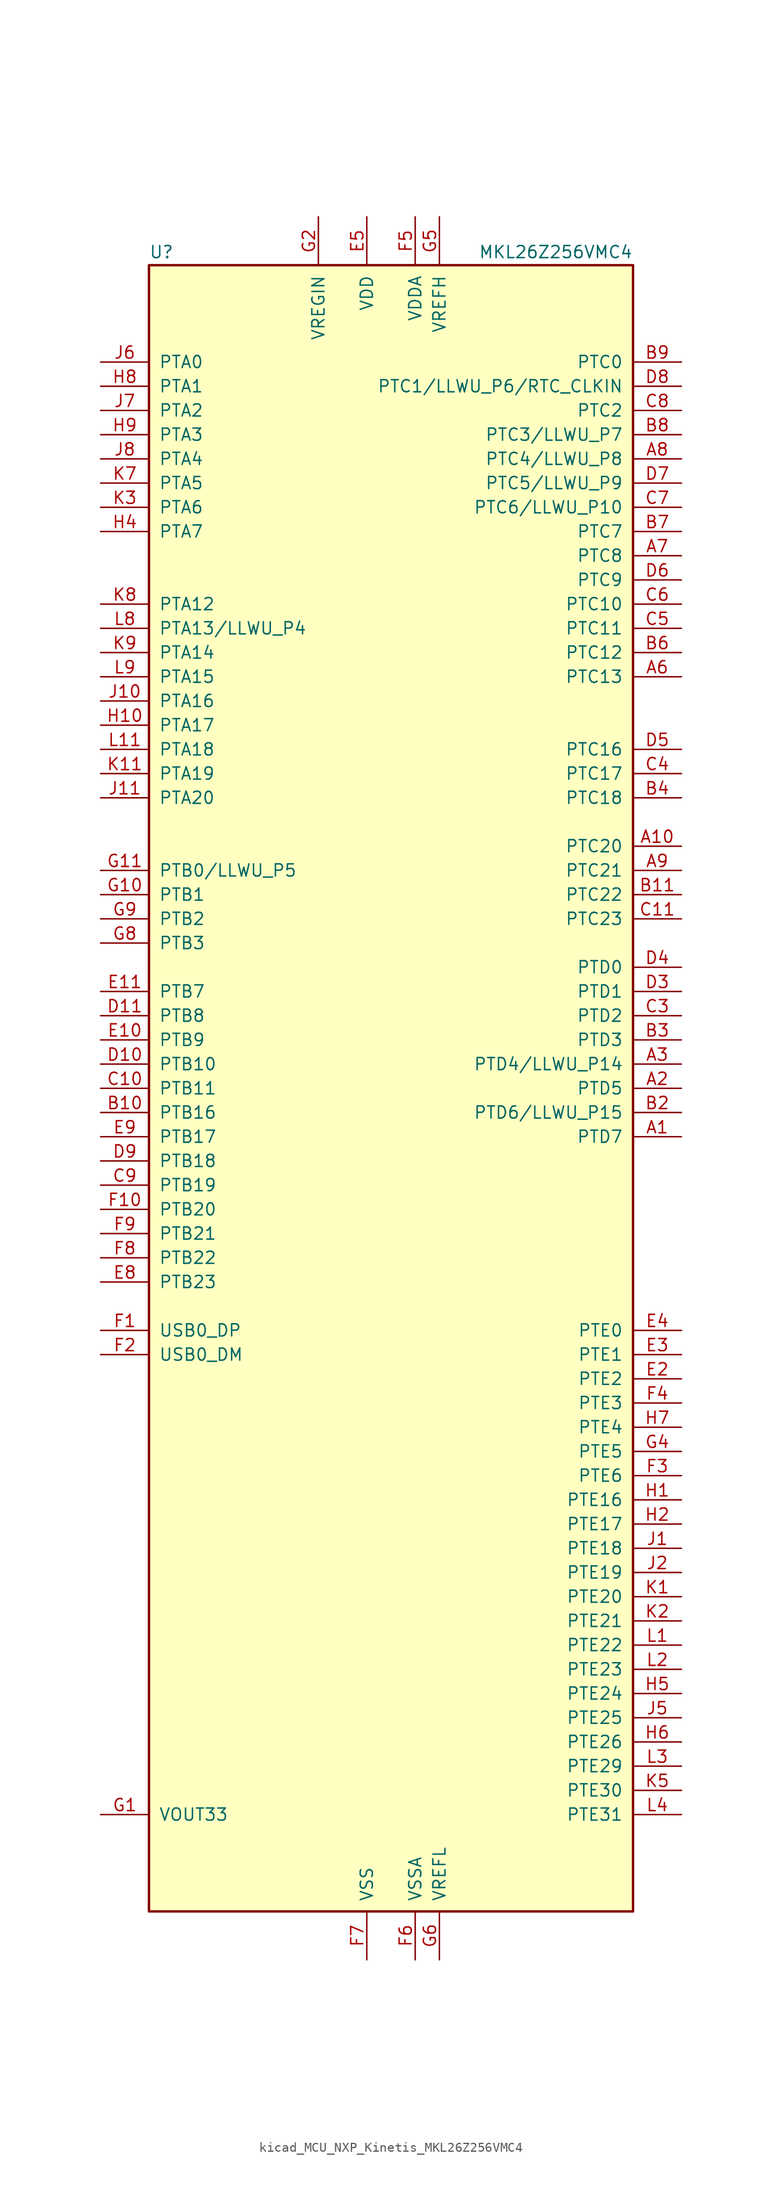
<source format=kicad_sym>
(kicad_symbol_lib
  (version 20220914)
  (generator kicad_symbol_editor)
  (symbol "kicad_MCU_NXP_Kinetis_MKL26Z256VMC4"
    (pin_names
      (offset 1.016))
    (property "Reference" "U"
      (at -25.4 86.995 0)
      (effects (font (size 1.27 1.27)) (justify left bottom)))
    (property "Value" "MKL26Z256VMC4"
      (at 25.4 86.995 0)
      (effects (font (size 1.27 1.27)) (justify right bottom)))
    (symbol "kicad_MCU_NXP_Kinetis_MKL26Z256VMC4_0_1"
      (rectangle (start -25.4 86.36) (end 25.4 -86.36) (stroke (width 0.254) (type default)) (fill (type background))))
    (symbol "kicad_MCU_NXP_Kinetis_MKL26Z256VMC4_1_1"
      (pin bidirectional line (at 30.48 -5.08 180) (length 5.08) (name "PTD7" (effects (font (size 1.27 1.27)))) (number "A1" (effects (font (size 1.27 1.27)))))
      (pin bidirectional line (at 30.48 25.4 180) (length 5.08) (name "PTC20" (effects (font (size 1.27 1.27)))) (number "A10" (effects (font (size 1.27 1.27)))))
      (pin no_connect line (at -15.24 -86.36 90) (length 5.08) hide (name "NC" (effects (font (size 1.27 1.27)))) (number "A11" (effects (font (size 1.27 1.27)))))
      (pin bidirectional line (at 30.48 0 180) (length 5.08) (name "PTD5" (effects (font (size 1.27 1.27)))) (number "A2" (effects (font (size 1.27 1.27)))))
      (pin bidirectional line (at 30.48 2.54 180) (length 5.08) (name "PTD4/LLWU_P14" (effects (font (size 1.27 1.27)))) (number "A3" (effects (font (size 1.27 1.27)))))
      (pin no_connect line (at 25.4 27.94 180) (length 5.08) hide (name "NC" (effects (font (size 1.27 1.27)))) (number "A4" (effects (font (size 1.27 1.27)))))
      (pin no_connect line (at 25.4 40.64 180) (length 5.08) hide (name "NC" (effects (font (size 1.27 1.27)))) (number "A5" (effects (font (size 1.27 1.27)))))
      (pin bidirectional line (at 30.48 43.18 180) (length 5.08) (name "PTC13" (effects (font (size 1.27 1.27)))) (number "A6" (effects (font (size 1.27 1.27)))))
      (pin bidirectional line (at 30.48 55.88 180) (length 5.08) (name "PTC8" (effects (font (size 1.27 1.27)))) (number "A7" (effects (font (size 1.27 1.27)))))
      (pin bidirectional line (at 30.48 66.04 180) (length 5.08) (name "PTC4/LLWU_P8" (effects (font (size 1.27 1.27)))) (number "A8" (effects (font (size 1.27 1.27)))))
      (pin bidirectional line (at 30.48 22.86 180) (length 5.08) (name "PTC21" (effects (font (size 1.27 1.27)))) (number "A9" (effects (font (size 1.27 1.27)))))
      (pin no_connect line (at 25.4 -7.62 180) (length 5.08) hide (name "NC" (effects (font (size 1.27 1.27)))) (number "B1" (effects (font (size 1.27 1.27)))))
      (pin bidirectional line (at -30.48 -2.54 0) (length 5.08) (name "PTB16" (effects (font (size 1.27 1.27)))) (number "B10" (effects (font (size 1.27 1.27)))))
      (pin bidirectional line (at 30.48 20.32 180) (length 5.08) (name "PTC22" (effects (font (size 1.27 1.27)))) (number "B11" (effects (font (size 1.27 1.27)))))
      (pin bidirectional line (at 30.48 -2.54 180) (length 5.08) (name "PTD6/LLWU_P15" (effects (font (size 1.27 1.27)))) (number "B2" (effects (font (size 1.27 1.27)))))
      (pin bidirectional line (at 30.48 5.08 180) (length 5.08) (name "PTD3" (effects (font (size 1.27 1.27)))) (number "B3" (effects (font (size 1.27 1.27)))))
      (pin bidirectional line (at 30.48 30.48 180) (length 5.08) (name "PTC18" (effects (font (size 1.27 1.27)))) (number "B4" (effects (font (size 1.27 1.27)))))
      (pin no_connect line (at 25.4 38.1 180) (length 5.08) hide (name "NC" (effects (font (size 1.27 1.27)))) (number "B5" (effects (font (size 1.27 1.27)))))
      (pin bidirectional line (at 30.48 45.72 180) (length 5.08) (name "PTC12" (effects (font (size 1.27 1.27)))) (number "B6" (effects (font (size 1.27 1.27)))))
      (pin bidirectional line (at 30.48 58.42 180) (length 5.08) (name "PTC7" (effects (font (size 1.27 1.27)))) (number "B7" (effects (font (size 1.27 1.27)))))
      (pin bidirectional line (at 30.48 68.58 180) (length 5.08) (name "PTC3/LLWU_P7" (effects (font (size 1.27 1.27)))) (number "B8" (effects (font (size 1.27 1.27)))))
      (pin bidirectional line (at 30.48 76.2 180) (length 5.08) (name "PTC0" (effects (font (size 1.27 1.27)))) (number "B9" (effects (font (size 1.27 1.27)))))
      (pin no_connect line (at 25.4 -12.7 180) (length 5.08) hide (name "NC" (effects (font (size 1.27 1.27)))) (number "C1" (effects (font (size 1.27 1.27)))))
      (pin bidirectional line (at -30.48 0 0) (length 5.08) (name "PTB11" (effects (font (size 1.27 1.27)))) (number "C10" (effects (font (size 1.27 1.27)))))
      (pin bidirectional line (at 30.48 17.78 180) (length 5.08) (name "PTC23" (effects (font (size 1.27 1.27)))) (number "C11" (effects (font (size 1.27 1.27)))))
      (pin no_connect line (at 25.4 -10.16 180) (length 5.08) hide (name "NC" (effects (font (size 1.27 1.27)))) (number "C2" (effects (font (size 1.27 1.27)))))
      (pin bidirectional line (at 30.48 7.62 180) (length 5.08) (name "PTD2" (effects (font (size 1.27 1.27)))) (number "C3" (effects (font (size 1.27 1.27)))))
      (pin bidirectional line (at 30.48 33.02 180) (length 5.08) (name "PTC17" (effects (font (size 1.27 1.27)))) (number "C4" (effects (font (size 1.27 1.27)))))
      (pin bidirectional line (at 30.48 48.26 180) (length 5.08) (name "PTC11" (effects (font (size 1.27 1.27)))) (number "C5" (effects (font (size 1.27 1.27)))))
      (pin bidirectional line (at 30.48 50.8 180) (length 5.08) (name "PTC10" (effects (font (size 1.27 1.27)))) (number "C6" (effects (font (size 1.27 1.27)))))
      (pin bidirectional line (at 30.48 60.96 180) (length 5.08) (name "PTC6/LLWU_P10" (effects (font (size 1.27 1.27)))) (number "C7" (effects (font (size 1.27 1.27)))))
      (pin bidirectional line (at 30.48 71.12 180) (length 5.08) (name "PTC2" (effects (font (size 1.27 1.27)))) (number "C8" (effects (font (size 1.27 1.27)))))
      (pin bidirectional line (at -30.48 -10.16 0) (length 5.08) (name "PTB19" (effects (font (size 1.27 1.27)))) (number "C9" (effects (font (size 1.27 1.27)))))
      (pin no_connect line (at 25.4 -17.78 180) (length 5.08) hide (name "NC" (effects (font (size 1.27 1.27)))) (number "D1" (effects (font (size 1.27 1.27)))))
      (pin bidirectional line (at -30.48 2.54 0) (length 5.08) (name "PTB10" (effects (font (size 1.27 1.27)))) (number "D10" (effects (font (size 1.27 1.27)))))
      (pin bidirectional line (at -30.48 7.62 0) (length 5.08) (name "PTB8" (effects (font (size 1.27 1.27)))) (number "D11" (effects (font (size 1.27 1.27)))))
      (pin no_connect line (at 25.4 -15.24 180) (length 5.08) hide (name "NC" (effects (font (size 1.27 1.27)))) (number "D2" (effects (font (size 1.27 1.27)))))
      (pin bidirectional line (at 30.48 10.16 180) (length 5.08) (name "PTD1" (effects (font (size 1.27 1.27)))) (number "D3" (effects (font (size 1.27 1.27)))))
      (pin bidirectional line (at 30.48 12.7 180) (length 5.08) (name "PTD0" (effects (font (size 1.27 1.27)))) (number "D4" (effects (font (size 1.27 1.27)))))
      (pin bidirectional line (at 30.48 35.56 180) (length 5.08) (name "PTC16" (effects (font (size 1.27 1.27)))) (number "D5" (effects (font (size 1.27 1.27)))))
      (pin bidirectional line (at 30.48 53.34 180) (length 5.08) (name "PTC9" (effects (font (size 1.27 1.27)))) (number "D6" (effects (font (size 1.27 1.27)))))
      (pin bidirectional line (at 30.48 63.5 180) (length 5.08) (name "PTC5/LLWU_P9" (effects (font (size 1.27 1.27)))) (number "D7" (effects (font (size 1.27 1.27)))))
      (pin bidirectional line (at 30.48 73.66 180) (length 5.08) (name "PTC1/LLWU_P6/RTC_CLKIN" (effects (font (size 1.27 1.27)))) (number "D8" (effects (font (size 1.27 1.27)))))
      (pin bidirectional line (at -30.48 -7.62 0) (length 5.08) (name "PTB18" (effects (font (size 1.27 1.27)))) (number "D9" (effects (font (size 1.27 1.27)))))
      (pin no_connect line (at 25.4 -20.32 180) (length 5.08) hide (name "NC" (effects (font (size 1.27 1.27)))) (number "E1" (effects (font (size 1.27 1.27)))))
      (pin bidirectional line (at -30.48 5.08 0) (length 5.08) (name "PTB9" (effects (font (size 1.27 1.27)))) (number "E10" (effects (font (size 1.27 1.27)))))
      (pin bidirectional line (at -30.48 10.16 0) (length 5.08) (name "PTB7" (effects (font (size 1.27 1.27)))) (number "E11" (effects (font (size 1.27 1.27)))))
      (pin bidirectional line (at 30.48 -30.48 180) (length 5.08) (name "PTE2" (effects (font (size 1.27 1.27)))) (number "E2" (effects (font (size 1.27 1.27)))))
      (pin bidirectional line (at 30.48 -27.94 180) (length 5.08) (name "PTE1" (effects (font (size 1.27 1.27)))) (number "E3" (effects (font (size 1.27 1.27)))))
      (pin bidirectional line (at 30.48 -25.4 180) (length 5.08) (name "PTE0" (effects (font (size 1.27 1.27)))) (number "E4" (effects (font (size 1.27 1.27)))))
      (pin power_in line (at -2.54 91.44 270) (length 5.08) (name "VDD" (effects (font (size 1.27 1.27)))) (number "E5" (effects (font (size 1.27 1.27)))))
      (pin passive line (at -2.54 91.44 270) (length 5.08) hide (name "VDD" (effects (font (size 1.27 1.27)))) (number "E6" (effects (font (size 1.27 1.27)))))
      (pin passive line (at -2.54 91.44 270) (length 5.08) hide (name "VDD" (effects (font (size 1.27 1.27)))) (number "E7" (effects (font (size 1.27 1.27)))))
      (pin bidirectional line (at -30.48 -20.32 0) (length 5.08) (name "PTB23" (effects (font (size 1.27 1.27)))) (number "E8" (effects (font (size 1.27 1.27)))))
      (pin bidirectional line (at -30.48 -5.08 0) (length 5.08) (name "PTB17" (effects (font (size 1.27 1.27)))) (number "E9" (effects (font (size 1.27 1.27)))))
      (pin bidirectional line (at -30.48 -25.4 0) (length 5.08) (name "USB0_DP" (effects (font (size 1.27 1.27)))) (number "F1" (effects (font (size 1.27 1.27)))))
      (pin bidirectional line (at -30.48 -12.7 0) (length 5.08) (name "PTB20" (effects (font (size 1.27 1.27)))) (number "F10" (effects (font (size 1.27 1.27)))))
      (pin no_connect line (at -25.4 12.7 0) (length 5.08) hide (name "NC" (effects (font (size 1.27 1.27)))) (number "F11" (effects (font (size 1.27 1.27)))))
      (pin bidirectional line (at -30.48 -27.94 0) (length 5.08) (name "USB0_DM" (effects (font (size 1.27 1.27)))) (number "F2" (effects (font (size 1.27 1.27)))))
      (pin bidirectional line (at 30.48 -40.64 180) (length 5.08) (name "PTE6" (effects (font (size 1.27 1.27)))) (number "F3" (effects (font (size 1.27 1.27)))))
      (pin bidirectional line (at 30.48 -33.02 180) (length 5.08) (name "PTE3" (effects (font (size 1.27 1.27)))) (number "F4" (effects (font (size 1.27 1.27)))))
      (pin power_in line (at 2.54 91.44 270) (length 5.08) (name "VDDA" (effects (font (size 1.27 1.27)))) (number "F5" (effects (font (size 1.27 1.27)))))
      (pin power_in line (at 2.54 -91.44 90) (length 5.08) (name "VSSA" (effects (font (size 1.27 1.27)))) (number "F6" (effects (font (size 1.27 1.27)))))
      (pin power_in line (at -2.54 -91.44 90) (length 5.08) (name "VSS" (effects (font (size 1.27 1.27)))) (number "F7" (effects (font (size 1.27 1.27)))))
      (pin bidirectional line (at -30.48 -17.78 0) (length 5.08) (name "PTB22" (effects (font (size 1.27 1.27)))) (number "F8" (effects (font (size 1.27 1.27)))))
      (pin bidirectional line (at -30.48 -15.24 0) (length 5.08) (name "PTB21" (effects (font (size 1.27 1.27)))) (number "F9" (effects (font (size 1.27 1.27)))))
      (pin power_out line (at -30.48 -76.2 0) (length 5.08) (name "VOUT33" (effects (font (size 1.27 1.27)))) (number "G1" (effects (font (size 1.27 1.27)))))
      (pin bidirectional line (at -30.48 20.32 0) (length 5.08) (name "PTB1" (effects (font (size 1.27 1.27)))) (number "G10" (effects (font (size 1.27 1.27)))))
      (pin bidirectional line (at -30.48 22.86 0) (length 5.08) (name "PTB0/LLWU_P5" (effects (font (size 1.27 1.27)))) (number "G11" (effects (font (size 1.27 1.27)))))
      (pin power_in line (at -7.62 91.44 270) (length 5.08) (name "VREGIN" (effects (font (size 1.27 1.27)))) (number "G2" (effects (font (size 1.27 1.27)))))
      (pin passive line (at -2.54 -91.44 90) (length 5.08) hide (name "VSS" (effects (font (size 1.27 1.27)))) (number "G3" (effects (font (size 1.27 1.27)))))
      (pin bidirectional line (at 30.48 -38.1 180) (length 5.08) (name "PTE5" (effects (font (size 1.27 1.27)))) (number "G4" (effects (font (size 1.27 1.27)))))
      (pin power_in line (at 5.08 91.44 270) (length 5.08) (name "VREFH" (effects (font (size 1.27 1.27)))) (number "G5" (effects (font (size 1.27 1.27)))))
      (pin power_in line (at 5.08 -91.44 90) (length 5.08) (name "VREFL" (effects (font (size 1.27 1.27)))) (number "G6" (effects (font (size 1.27 1.27)))))
      (pin passive line (at -2.54 -91.44 90) (length 5.08) hide (name "VSS" (effects (font (size 1.27 1.27)))) (number "G7" (effects (font (size 1.27 1.27)))))
      (pin bidirectional line (at -30.48 15.24 0) (length 5.08) (name "PTB3" (effects (font (size 1.27 1.27)))) (number "G8" (effects (font (size 1.27 1.27)))))
      (pin bidirectional line (at -30.48 17.78 0) (length 5.08) (name "PTB2" (effects (font (size 1.27 1.27)))) (number "G9" (effects (font (size 1.27 1.27)))))
      (pin bidirectional line (at 30.48 -43.18 180) (length 5.08) (name "PTE16" (effects (font (size 1.27 1.27)))) (number "H1" (effects (font (size 1.27 1.27)))))
      (pin bidirectional line (at -30.48 38.1 0) (length 5.08) (name "PTA17" (effects (font (size 1.27 1.27)))) (number "H10" (effects (font (size 1.27 1.27)))))
      (pin no_connect line (at -25.4 27.94 0) (length 5.08) hide (name "NC" (effects (font (size 1.27 1.27)))) (number "H11" (effects (font (size 1.27 1.27)))))
      (pin bidirectional line (at 30.48 -45.72 180) (length 5.08) (name "PTE17" (effects (font (size 1.27 1.27)))) (number "H2" (effects (font (size 1.27 1.27)))))
      (pin no_connect line (at -25.4 -63.5 0) (length 5.08) hide (name "NC" (effects (font (size 1.27 1.27)))) (number "H3" (effects (font (size 1.27 1.27)))))
      (pin bidirectional line (at -30.48 58.42 0) (length 5.08) (name "PTA7" (effects (font (size 1.27 1.27)))) (number "H4" (effects (font (size 1.27 1.27)))))
      (pin bidirectional line (at 30.48 -63.5 180) (length 5.08) (name "PTE24" (effects (font (size 1.27 1.27)))) (number "H5" (effects (font (size 1.27 1.27)))))
      (pin bidirectional line (at 30.48 -68.58 180) (length 5.08) (name "PTE26" (effects (font (size 1.27 1.27)))) (number "H6" (effects (font (size 1.27 1.27)))))
      (pin bidirectional line (at 30.48 -35.56 180) (length 5.08) (name "PTE4" (effects (font (size 1.27 1.27)))) (number "H7" (effects (font (size 1.27 1.27)))))
      (pin bidirectional line (at -30.48 73.66 0) (length 5.08) (name "PTA1" (effects (font (size 1.27 1.27)))) (number "H8" (effects (font (size 1.27 1.27)))))
      (pin bidirectional line (at -30.48 68.58 0) (length 5.08) (name "PTA3" (effects (font (size 1.27 1.27)))) (number "H9" (effects (font (size 1.27 1.27)))))
      (pin bidirectional line (at 30.48 -48.26 180) (length 5.08) (name "PTE18" (effects (font (size 1.27 1.27)))) (number "J1" (effects (font (size 1.27 1.27)))))
      (pin bidirectional line (at -30.48 40.64 0) (length 5.08) (name "PTA16" (effects (font (size 1.27 1.27)))) (number "J10" (effects (font (size 1.27 1.27)))))
      (pin bidirectional line (at -30.48 30.48 0) (length 5.08) (name "PTA20" (effects (font (size 1.27 1.27)))) (number "J11" (effects (font (size 1.27 1.27)))))
      (pin bidirectional line (at 30.48 -50.8 180) (length 5.08) (name "PTE19" (effects (font (size 1.27 1.27)))) (number "J2" (effects (font (size 1.27 1.27)))))
      (pin no_connect line (at -25.4 -66.04 0) (length 5.08) hide (name "NC" (effects (font (size 1.27 1.27)))) (number "J3" (effects (font (size 1.27 1.27)))))
      (pin no_connect line (at -25.4 53.34 0) (length 5.08) hide (name "NC" (effects (font (size 1.27 1.27)))) (number "J4" (effects (font (size 1.27 1.27)))))
      (pin bidirectional line (at 30.48 -66.04 180) (length 5.08) (name "PTE25" (effects (font (size 1.27 1.27)))) (number "J5" (effects (font (size 1.27 1.27)))))
      (pin bidirectional line (at -30.48 76.2 0) (length 5.08) (name "PTA0" (effects (font (size 1.27 1.27)))) (number "J6" (effects (font (size 1.27 1.27)))))
      (pin bidirectional line (at -30.48 71.12 0) (length 5.08) (name "PTA2" (effects (font (size 1.27 1.27)))) (number "J7" (effects (font (size 1.27 1.27)))))
      (pin bidirectional line (at -30.48 66.04 0) (length 5.08) (name "PTA4" (effects (font (size 1.27 1.27)))) (number "J8" (effects (font (size 1.27 1.27)))))
      (pin no_connect line (at -25.4 55.88 0) (length 5.08) hide (name "NC" (effects (font (size 1.27 1.27)))) (number "J9" (effects (font (size 1.27 1.27)))))
      (pin bidirectional line (at 30.48 -53.34 180) (length 5.08) (name "PTE20" (effects (font (size 1.27 1.27)))) (number "K1" (effects (font (size 1.27 1.27)))))
      (pin passive line (at -2.54 -91.44 90) (length 5.08) hide (name "VSS" (effects (font (size 1.27 1.27)))) (number "K10" (effects (font (size 1.27 1.27)))))
      (pin bidirectional line (at -30.48 33.02 0) (length 5.08) (name "PTA19" (effects (font (size 1.27 1.27)))) (number "K11" (effects (font (size 1.27 1.27)))))
      (pin bidirectional line (at 30.48 -55.88 180) (length 5.08) (name "PTE21" (effects (font (size 1.27 1.27)))) (number "K2" (effects (font (size 1.27 1.27)))))
      (pin bidirectional line (at -30.48 60.96 0) (length 5.08) (name "PTA6" (effects (font (size 1.27 1.27)))) (number "K3" (effects (font (size 1.27 1.27)))))
      (pin no_connect line (at -25.4 -68.58 0) (length 5.08) hide (name "NC" (effects (font (size 1.27 1.27)))) (number "K4" (effects (font (size 1.27 1.27)))))
      (pin bidirectional line (at 30.48 -73.66 180) (length 5.08) (name "PTE30" (effects (font (size 1.27 1.27)))) (number "K5" (effects (font (size 1.27 1.27)))))
      (pin passive line (at -2.54 91.44 270) (length 5.08) hide (name "VDD" (effects (font (size 1.27 1.27)))) (number "K6" (effects (font (size 1.27 1.27)))))
      (pin bidirectional line (at -30.48 63.5 0) (length 5.08) (name "PTA5" (effects (font (size 1.27 1.27)))) (number "K7" (effects (font (size 1.27 1.27)))))
      (pin bidirectional line (at -30.48 50.8 0) (length 5.08) (name "PTA12" (effects (font (size 1.27 1.27)))) (number "K8" (effects (font (size 1.27 1.27)))))
      (pin bidirectional line (at -30.48 45.72 0) (length 5.08) (name "PTA14" (effects (font (size 1.27 1.27)))) (number "K9" (effects (font (size 1.27 1.27)))))
      (pin bidirectional line (at 30.48 -58.42 180) (length 5.08) (name "PTE22" (effects (font (size 1.27 1.27)))) (number "L1" (effects (font (size 1.27 1.27)))))
      (pin passive line (at -2.54 91.44 270) (length 5.08) hide (name "VDD" (effects (font (size 1.27 1.27)))) (number "L10" (effects (font (size 1.27 1.27)))))
      (pin bidirectional line (at -30.48 35.56 0) (length 5.08) (name "PTA18" (effects (font (size 1.27 1.27)))) (number "L11" (effects (font (size 1.27 1.27)))))
      (pin bidirectional line (at 30.48 -60.96 180) (length 5.08) (name "PTE23" (effects (font (size 1.27 1.27)))) (number "L2" (effects (font (size 1.27 1.27)))))
      (pin bidirectional line (at 30.48 -71.12 180) (length 5.08) (name "PTE29" (effects (font (size 1.27 1.27)))) (number "L3" (effects (font (size 1.27 1.27)))))
      (pin bidirectional line (at 30.48 -76.2 180) (length 5.08) (name "PTE31" (effects (font (size 1.27 1.27)))) (number "L4" (effects (font (size 1.27 1.27)))))
      (pin passive line (at -2.54 -91.44 90) (length 5.08) hide (name "VSS" (effects (font (size 1.27 1.27)))) (number "L5" (effects (font (size 1.27 1.27)))))
      (pin passive line (at -2.54 -91.44 90) (length 5.08) hide (name "VSS" (effects (font (size 1.27 1.27)))) (number "L6" (effects (font (size 1.27 1.27)))))
      (pin no_connect line (at -25.4 -71.12 0) (length 5.08) hide (name "NC" (effects (font (size 1.27 1.27)))) (number "L7" (effects (font (size 1.27 1.27)))))
      (pin bidirectional line (at -30.48 48.26 0) (length 5.08) (name "PTA13/LLWU_P4" (effects (font (size 1.27 1.27)))) (number "L8" (effects (font (size 1.27 1.27)))))
      (pin bidirectional line (at -30.48 43.18 0) (length 5.08) (name "PTA15" (effects (font (size 1.27 1.27)))) (number "L9" (effects (font (size 1.27 1.27))))))))
</source>
